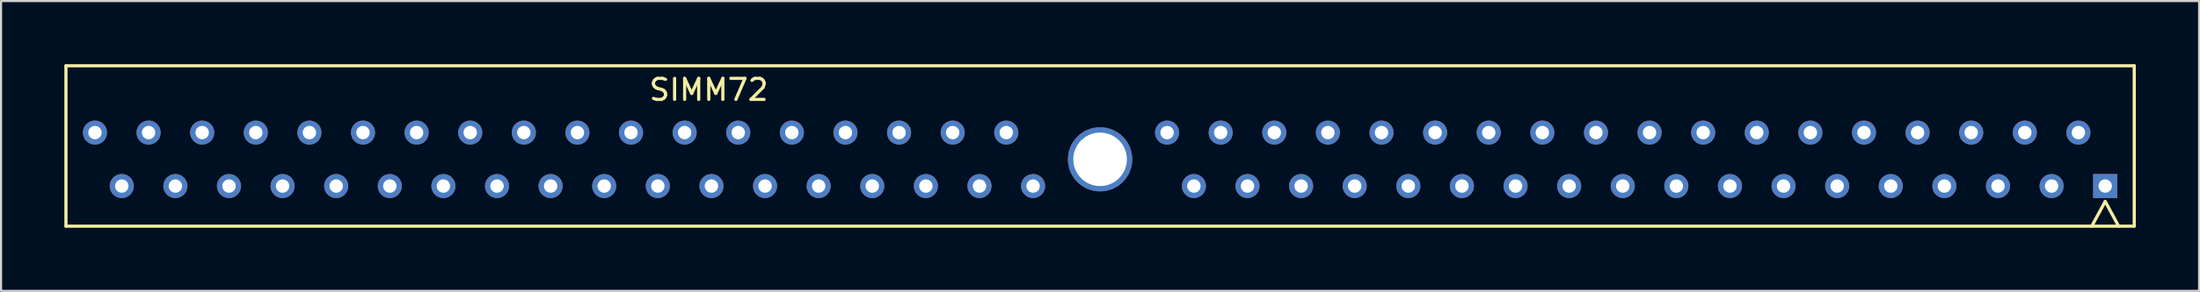
<source format=kicad_pcb>
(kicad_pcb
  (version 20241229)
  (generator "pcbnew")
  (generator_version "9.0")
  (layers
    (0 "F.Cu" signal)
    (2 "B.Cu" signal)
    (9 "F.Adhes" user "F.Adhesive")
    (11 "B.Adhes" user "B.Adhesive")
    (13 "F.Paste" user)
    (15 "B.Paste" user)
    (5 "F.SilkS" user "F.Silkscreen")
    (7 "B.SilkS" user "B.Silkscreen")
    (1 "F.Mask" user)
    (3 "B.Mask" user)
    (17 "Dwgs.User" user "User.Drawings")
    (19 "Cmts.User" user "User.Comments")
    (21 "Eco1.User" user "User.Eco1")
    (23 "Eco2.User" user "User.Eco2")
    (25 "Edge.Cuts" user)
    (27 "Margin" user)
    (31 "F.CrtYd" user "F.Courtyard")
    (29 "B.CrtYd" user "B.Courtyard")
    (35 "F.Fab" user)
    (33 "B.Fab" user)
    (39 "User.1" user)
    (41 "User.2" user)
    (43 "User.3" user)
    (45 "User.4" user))
  (footprint "SIMM72"
    (layer "F.Cu")
    (at 49.075 4.52)
    (property "Reference" "SIMM72" (at -18.542 -3.302 0) (layer "F.SilkS") (effects (font (size 1 1) (thickness 0.15))))
    (attr through_hole)
    (fp_line (start -49 -4.445) (end -49 3.175) (stroke (width 0.15) (type solid)) (layer "F.SilkS"))
    (fp_line (start -49 3.175) (end 49 3.175) (stroke (width 0.15) (type solid)) (layer "F.SilkS"))
    (fp_line (start 46.99 3.175) (end 47.625 2) (stroke (width 0.15) (type solid)) (layer "F.SilkS"))
    (fp_line (start 47.625 2) (end 48.26 3.175) (stroke (width 0.15) (type solid)) (layer "F.SilkS"))
    (fp_line (start 49 -4.445) (end -49 -4.445) (stroke (width 0.15) (type solid)) (layer "F.SilkS"))
    (fp_line (start 49 3.175) (end 49 -4.445) (stroke (width 0.15) (type solid)) (layer "F.SilkS"))
    (pad "" thru_hole circle (at 0 0) (size 3.048 3.048) (drill 2.54) (layers "*.Cu" "*.Mask"))
    (pad "1" thru_hole rect (at 47.625 1.27) (size 1.143 1.143) (drill 0.635) (layers "*.Cu" "*.Mask"))
    (pad "2" thru_hole circle (at 46.355 -1.27) (size 1.143 1.143) (drill 0.635) (layers "*.Cu" "*.Mask"))
    (pad "3" thru_hole circle (at 45.085 1.27) (size 1.143 1.143) (drill 0.635) (layers "*.Cu" "*.Mask"))
    (pad "4" thru_hole circle (at 43.815 -1.27) (size 1.143 1.143) (drill 0.635) (layers "*.Cu" "*.Mask"))
    (pad "5" thru_hole circle (at 42.545 1.27) (size 1.143 1.143) (drill 0.635) (layers "*.Cu" "*.Mask"))
    (pad "6" thru_hole circle (at 41.275 -1.27) (size 1.143 1.143) (drill 0.635) (layers "*.Cu" "*.Mask"))
    (pad "7" thru_hole circle (at 40.005 1.27) (size 1.143 1.143) (drill 0.635) (layers "*.Cu" "*.Mask"))
    (pad "8" thru_hole circle (at 38.735 -1.27) (size 1.143 1.143) (drill 0.635) (layers "*.Cu" "*.Mask"))
    (pad "9" thru_hole circle (at 37.465 1.27) (size 1.143 1.143) (drill 0.635) (layers "*.Cu" "*.Mask"))
    (pad "10" thru_hole circle (at 36.195 -1.27) (size 1.143 1.143) (drill 0.635) (layers "*.Cu" "*.Mask"))
    (pad "11" thru_hole circle (at 34.925 1.27) (size 1.143 1.143) (drill 0.635) (layers "*.Cu" "*.Mask"))
    (pad "12" thru_hole circle (at 33.655 -1.27) (size 1.143 1.143) (drill 0.635) (layers "*.Cu" "*.Mask"))
    (pad "13" thru_hole circle (at 32.385 1.27) (size 1.143 1.143) (drill 0.635) (layers "*.Cu" "*.Mask"))
    (pad "14" thru_hole circle (at 31.115 -1.27) (size 1.143 1.143) (drill 0.635) (layers "*.Cu" "*.Mask"))
    (pad "15" thru_hole circle (at 29.845 1.27) (size 1.143 1.143) (drill 0.635) (layers "*.Cu" "*.Mask"))
    (pad "16" thru_hole circle (at 28.575 -1.27) (size 1.143 1.143) (drill 0.635) (layers "*.Cu" "*.Mask"))
    (pad "17" thru_hole circle (at 27.305 1.27) (size 1.143 1.143) (drill 0.635) (layers "*.Cu" "*.Mask"))
    (pad "18" thru_hole circle (at 26.035 -1.27) (size 1.143 1.143) (drill 0.635) (layers "*.Cu" "*.Mask"))
    (pad "19" thru_hole circle (at 24.765 1.27) (size 1.143 1.143) (drill 0.635) (layers "*.Cu" "*.Mask"))
    (pad "20" thru_hole circle (at 23.495 -1.27) (size 1.143 1.143) (drill 0.635) (layers "*.Cu" "*.Mask"))
    (pad "21" thru_hole circle (at 22.225 1.27) (size 1.143 1.143) (drill 0.635) (layers "*.Cu" "*.Mask"))
    (pad "22" thru_hole circle (at 20.955 -1.27) (size 1.143 1.143) (drill 0.635) (layers "*.Cu" "*.Mask"))
    (pad "23" thru_hole circle (at 19.685 1.27) (size 1.143 1.143) (drill 0.635) (layers "*.Cu" "*.Mask"))
    (pad "24" thru_hole circle (at 18.415 -1.27) (size 1.143 1.143) (drill 0.635) (layers "*.Cu" "*.Mask"))
    (pad "25" thru_hole circle (at 17.145 1.27) (size 1.143 1.143) (drill 0.635) (layers "*.Cu" "*.Mask"))
    (pad "26" thru_hole circle (at 15.875 -1.27) (size 1.143 1.143) (drill 0.635) (layers "*.Cu" "*.Mask"))
    (pad "27" thru_hole circle (at 14.605 1.27) (size 1.143 1.143) (drill 0.635) (layers "*.Cu" "*.Mask"))
    (pad "28" thru_hole circle (at 13.335 -1.27) (size 1.143 1.143) (drill 0.635) (layers "*.Cu" "*.Mask"))
    (pad "29" thru_hole circle (at 12.065 1.27) (size 1.143 1.143) (drill 0.635) (layers "*.Cu" "*.Mask"))
    (pad "30" thru_hole circle (at 10.795 -1.27) (size 1.143 1.143) (drill 0.635) (layers "*.Cu" "*.Mask"))
    (pad "31" thru_hole circle (at 9.525 1.27) (size 1.143 1.143) (drill 0.635) (layers "*.Cu" "*.Mask"))
    (pad "32" thru_hole circle (at 8.255 -1.27) (size 1.143 1.143) (drill 0.635) (layers "*.Cu" "*.Mask"))
    (pad "33" thru_hole circle (at 6.985 1.27) (size 1.143 1.143) (drill 0.635) (layers "*.Cu" "*.Mask"))
    (pad "34" thru_hole circle (at 5.715 -1.27) (size 1.143 1.143) (drill 0.635) (layers "*.Cu" "*.Mask"))
    (pad "35" thru_hole circle (at 4.445 1.27) (size 1.143 1.143) (drill 0.635) (layers "*.Cu" "*.Mask"))
    (pad "36" thru_hole circle (at 3.175 -1.27) (size 1.143 1.143) (drill 0.635) (layers "*.Cu" "*.Mask"))
    (pad "37" thru_hole circle (at -3.175 1.27) (size 1.143 1.143) (drill 0.635) (layers "*.Cu" "*.Mask"))
    (pad "38" thru_hole circle (at -4.445 -1.27) (size 1.143 1.143) (drill 0.635) (layers "*.Cu" "*.Mask"))
    (pad "39" thru_hole circle (at -5.715 1.27) (size 1.143 1.143) (drill 0.635) (layers "*.Cu" "*.Mask"))
    (pad "40" thru_hole circle (at -6.985 -1.27) (size 1.143 1.143) (drill 0.635) (layers "*.Cu" "*.Mask"))
    (pad "41" thru_hole circle (at -8.255 1.27) (size 1.143 1.143) (drill 0.635) (layers "*.Cu" "*.Mask"))
    (pad "42" thru_hole circle (at -9.525 -1.27) (size 1.143 1.143) (drill 0.635) (layers "*.Cu" "*.Mask"))
    (pad "43" thru_hole circle (at -10.795 1.27) (size 1.143 1.143) (drill 0.635) (layers "*.Cu" "*.Mask"))
    (pad "44" thru_hole circle (at -12.065 -1.27) (size 1.143 1.143) (drill 0.635) (layers "*.Cu" "*.Mask"))
    (pad "45" thru_hole circle (at -13.335 1.27) (size 1.143 1.143) (drill 0.635) (layers "*.Cu" "*.Mask"))
    (pad "46" thru_hole circle (at -14.605 -1.27) (size 1.143 1.143) (drill 0.635) (layers "*.Cu" "*.Mask"))
    (pad "47" thru_hole circle (at -15.875 1.27) (size 1.143 1.143) (drill 0.635) (layers "*.Cu" "*.Mask"))
    (pad "48" thru_hole circle (at -17.145 -1.27) (size 1.143 1.143) (drill 0.635) (layers "*.Cu" "*.Mask"))
    (pad "49" thru_hole circle (at -18.415 1.27) (size 1.143 1.143) (drill 0.635) (layers "*.Cu" "*.Mask"))
    (pad "50" thru_hole circle (at -19.685 -1.27) (size 1.143 1.143) (drill 0.635) (layers "*.Cu" "*.Mask"))
    (pad "51" thru_hole circle (at -20.955 1.27) (size 1.143 1.143) (drill 0.635) (layers "*.Cu" "*.Mask"))
    (pad "52" thru_hole circle (at -22.225 -1.27) (size 1.143 1.143) (drill 0.635) (layers "*.Cu" "*.Mask"))
    (pad "53" thru_hole circle (at -23.495 1.27) (size 1.143 1.143) (drill 0.635) (layers "*.Cu" "*.Mask"))
    (pad "54" thru_hole circle (at -24.765 -1.27) (size 1.143 1.143) (drill 0.635) (layers "*.Cu" "*.Mask"))
    (pad "55" thru_hole circle (at -26.035 1.27) (size 1.143 1.143) (drill 0.635) (layers "*.Cu" "*.Mask"))
    (pad "56" thru_hole circle (at -27.305 -1.27) (size 1.143 1.143) (drill 0.635) (layers "*.Cu" "*.Mask"))
    (pad "57" thru_hole circle (at -28.575 1.27) (size 1.143 1.143) (drill 0.635) (layers "*.Cu" "*.Mask"))
    (pad "58" thru_hole circle (at -29.845 -1.27) (size 1.143 1.143) (drill 0.635) (layers "*.Cu" "*.Mask"))
    (pad "59" thru_hole circle (at -31.115 1.27) (size 1.143 1.143) (drill 0.635) (layers "*.Cu" "*.Mask"))
    (pad "60" thru_hole circle (at -32.385 -1.27) (size 1.143 1.143) (drill 0.635) (layers "*.Cu" "*.Mask"))
    (pad "61" thru_hole circle (at -33.655 1.27) (size 1.143 1.143) (drill 0.635) (layers "*.Cu" "*.Mask"))
    (pad "62" thru_hole circle (at -34.925 -1.27) (size 1.143 1.143) (drill 0.635) (layers "*.Cu" "*.Mask"))
    (pad "63" thru_hole circle (at -36.195 1.27) (size 1.143 1.143) (drill 0.635) (layers "*.Cu" "*.Mask"))
    (pad "64" thru_hole circle (at -37.465 -1.27) (size 1.143 1.143) (drill 0.635) (layers "*.Cu" "*.Mask"))
    (pad "65" thru_hole circle (at -38.735 1.27) (size 1.143 1.143) (drill 0.635) (layers "*.Cu" "*.Mask"))
    (pad "66" thru_hole circle (at -40.005 -1.27) (size 1.143 1.143) (drill 0.635) (layers "*.Cu" "*.Mask"))
    (pad "67" thru_hole circle (at -41.275 1.27) (size 1.143 1.143) (drill 0.635) (layers "*.Cu" "*.Mask"))
    (pad "68" thru_hole circle (at -42.545 -1.27) (size 1.143 1.143) (drill 0.635) (layers "*.Cu" "*.Mask"))
    (pad "69" thru_hole circle (at -43.815 1.27) (size 1.143 1.143) (drill 0.635) (layers "*.Cu" "*.Mask"))
    (pad "70" thru_hole circle (at -45.085 -1.27) (size 1.143 1.143) (drill 0.635) (layers "*.Cu" "*.Mask"))
    (pad "71" thru_hole circle (at -46.355 1.27) (size 1.143 1.143) (drill 0.635) (layers "*.Cu" "*.Mask"))
    (pad "72" thru_hole circle (at -47.625 -1.27) (size 1.143 1.143) (drill 0.635) (layers "*.Cu" "*.Mask")))
  (gr_rect
    (start -3 -3)
    (end 101.15 10.77)
    (stroke (width 0.1) (type default))
    (fill no)
    (layer "Edge.Cuts")))
</source>
